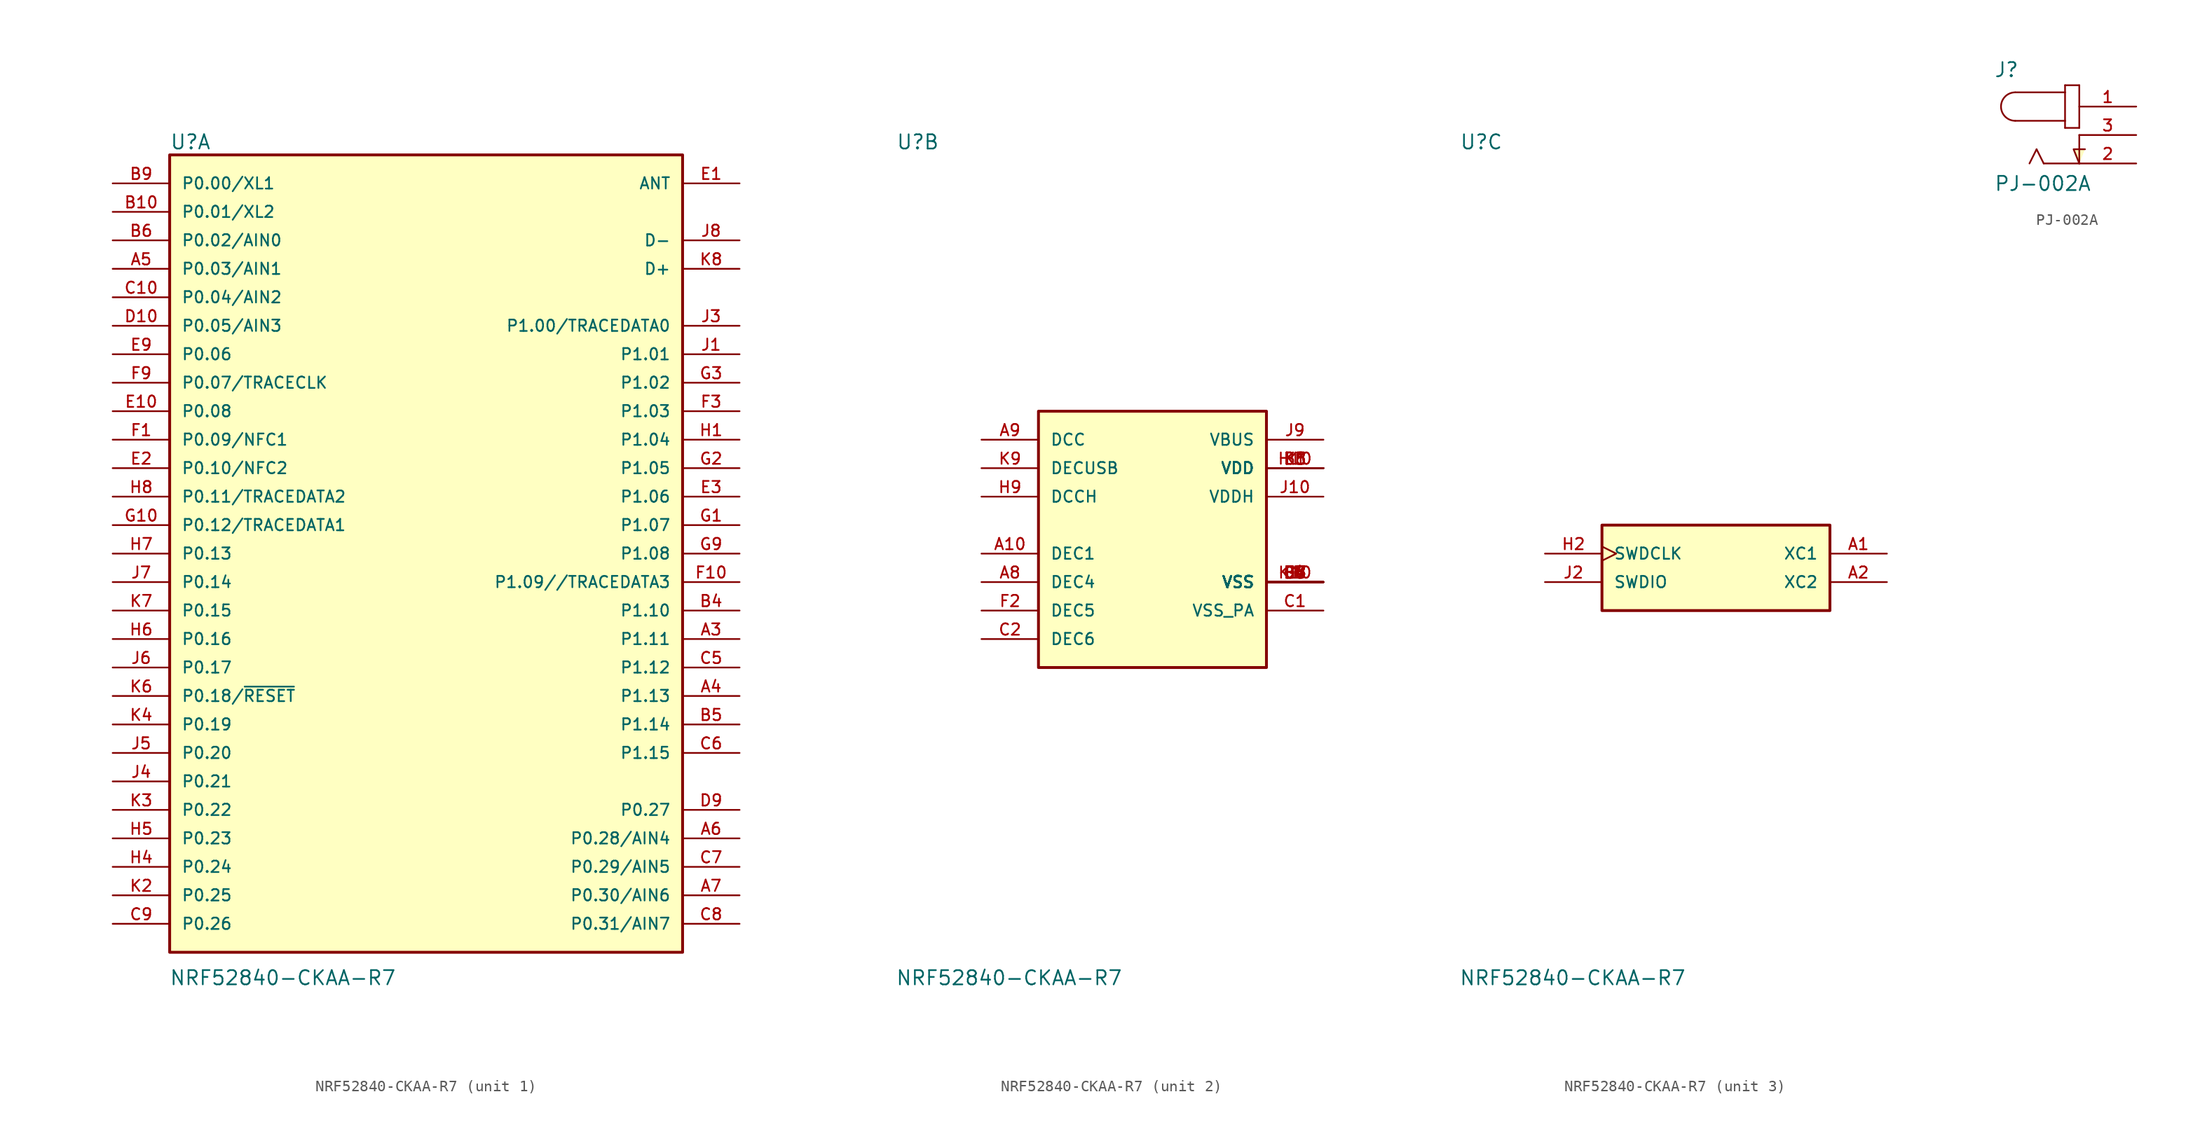
<source format=kicad_sym>
(kicad_symbol_lib
  (version 20211014)
  (generator kicad_symbol_editor)
  (symbol "NRF52840-CKAA-R7"
    (pin_names
      (offset 1.016))
    (property "Reference" "U"
      (at -22.86 35.966 0)
      (effects (font (size 1.27 1.27)) (justify left bottom)))
    (property "Value" "NRF52840-CKAA-R7"
      (at -22.911 -38.583 0)
      (effects (font (size 1.27 1.27)) (justify left bottom)))
    (property "ki_locked" ""
      (at 0 0 0)
      (effects (font (size 1.27 1.27))))
    (symbol "NRF52840-CKAA-R7_1_0"
      (rectangle (start -22.86 -35.56) (end 22.86 35.56) (stroke (width 0.254) (type default) (color 0 0 0 0)) (fill (type background)))
      (pin bidirectional line (at 27.94 -7.62 180) (length 5.08) (name "P1.11" (effects (font (size 1.016 1.016)))) (number "A3" (effects (font (size 1.016 1.016)))))
      (pin bidirectional line (at 27.94 -12.7 180) (length 5.08) (name "P1.13" (effects (font (size 1.016 1.016)))) (number "A4" (effects (font (size 1.016 1.016)))))
      (pin bidirectional line (at -27.94 25.4 0) (length 5.08) (name "P0.03/AIN1" (effects (font (size 1.016 1.016)))) (number "A5" (effects (font (size 1.016 1.016)))))
      (pin bidirectional line (at 27.94 -25.4 180) (length 5.08) (name "P0.28/AIN4" (effects (font (size 1.016 1.016)))) (number "A6" (effects (font (size 1.016 1.016)))))
      (pin bidirectional line (at 27.94 -30.48 180) (length 5.08) (name "P0.30/AIN6" (effects (font (size 1.016 1.016)))) (number "A7" (effects (font (size 1.016 1.016)))))
      (pin bidirectional line (at -27.94 30.48 0) (length 5.08) (name "P0.01/XL2" (effects (font (size 1.016 1.016)))) (number "B10" (effects (font (size 1.016 1.016)))))
      (pin bidirectional line (at 27.94 -5.08 180) (length 5.08) (name "P1.10" (effects (font (size 1.016 1.016)))) (number "B4" (effects (font (size 1.016 1.016)))))
      (pin bidirectional line (at 27.94 -15.24 180) (length 5.08) (name "P1.14" (effects (font (size 1.016 1.016)))) (number "B5" (effects (font (size 1.016 1.016)))))
      (pin bidirectional line (at -27.94 27.94 0) (length 5.08) (name "P0.02/AIN0" (effects (font (size 1.016 1.016)))) (number "B6" (effects (font (size 1.016 1.016)))))
      (pin bidirectional line (at -27.94 33.02 0) (length 5.08) (name "P0.00/XL1" (effects (font (size 1.016 1.016)))) (number "B9" (effects (font (size 1.016 1.016)))))
      (pin bidirectional line (at -27.94 22.86 0) (length 5.08) (name "P0.04/AIN2" (effects (font (size 1.016 1.016)))) (number "C10" (effects (font (size 1.016 1.016)))))
      (pin bidirectional line (at 27.94 -10.16 180) (length 5.08) (name "P1.12" (effects (font (size 1.016 1.016)))) (number "C5" (effects (font (size 1.016 1.016)))))
      (pin bidirectional line (at 27.94 -17.78 180) (length 5.08) (name "P1.15" (effects (font (size 1.016 1.016)))) (number "C6" (effects (font (size 1.016 1.016)))))
      (pin bidirectional line (at 27.94 -27.94 180) (length 5.08) (name "P0.29/AIN5" (effects (font (size 1.016 1.016)))) (number "C7" (effects (font (size 1.016 1.016)))))
      (pin bidirectional line (at 27.94 -33.02 180) (length 5.08) (name "P0.31/AIN7" (effects (font (size 1.016 1.016)))) (number "C8" (effects (font (size 1.016 1.016)))))
      (pin bidirectional line (at -27.94 -33.02 0) (length 5.08) (name "P0.26" (effects (font (size 1.016 1.016)))) (number "C9" (effects (font (size 1.016 1.016)))))
      (pin bidirectional line (at -27.94 20.32 0) (length 5.08) (name "P0.05/AIN3" (effects (font (size 1.016 1.016)))) (number "D10" (effects (font (size 1.016 1.016)))))
      (pin bidirectional line (at 27.94 -22.86 180) (length 5.08) (name "P0.27" (effects (font (size 1.016 1.016)))) (number "D9" (effects (font (size 1.016 1.016)))))
      (pin bidirectional line (at 27.94 33.02 180) (length 5.08) (name "ANT" (effects (font (size 1.016 1.016)))) (number "E1" (effects (font (size 1.016 1.016)))))
      (pin bidirectional line (at -27.94 12.7 0) (length 5.08) (name "P0.08" (effects (font (size 1.016 1.016)))) (number "E10" (effects (font (size 1.016 1.016)))))
      (pin bidirectional line (at -27.94 7.62 0) (length 5.08) (name "P0.10/NFC2" (effects (font (size 1.016 1.016)))) (number "E2" (effects (font (size 1.016 1.016)))))
      (pin bidirectional line (at 27.94 5.08 180) (length 5.08) (name "P1.06" (effects (font (size 1.016 1.016)))) (number "E3" (effects (font (size 1.016 1.016)))))
      (pin bidirectional line (at -27.94 17.78 0) (length 5.08) (name "P0.06" (effects (font (size 1.016 1.016)))) (number "E9" (effects (font (size 1.016 1.016)))))
      (pin bidirectional line (at -27.94 10.16 0) (length 5.08) (name "P0.09/NFC1" (effects (font (size 1.016 1.016)))) (number "F1" (effects (font (size 1.016 1.016)))))
      (pin bidirectional line (at 27.94 -2.54 180) (length 5.08) (name "P1.09//TRACEDATA3" (effects (font (size 1.016 1.016)))) (number "F10" (effects (font (size 1.016 1.016)))))
      (pin bidirectional line (at 27.94 12.7 180) (length 5.08) (name "P1.03" (effects (font (size 1.016 1.016)))) (number "F3" (effects (font (size 1.016 1.016)))))
      (pin bidirectional line (at -27.94 15.24 0) (length 5.08) (name "P0.07/TRACECLK" (effects (font (size 1.016 1.016)))) (number "F9" (effects (font (size 1.016 1.016)))))
      (pin bidirectional line (at 27.94 2.54 180) (length 5.08) (name "P1.07" (effects (font (size 1.016 1.016)))) (number "G1" (effects (font (size 1.016 1.016)))))
      (pin bidirectional line (at -27.94 2.54 0) (length 5.08) (name "P0.12/TRACEDATA1" (effects (font (size 1.016 1.016)))) (number "G10" (effects (font (size 1.016 1.016)))))
      (pin bidirectional line (at 27.94 7.62 180) (length 5.08) (name "P1.05" (effects (font (size 1.016 1.016)))) (number "G2" (effects (font (size 1.016 1.016)))))
      (pin bidirectional line (at 27.94 15.24 180) (length 5.08) (name "P1.02" (effects (font (size 1.016 1.016)))) (number "G3" (effects (font (size 1.016 1.016)))))
      (pin bidirectional line (at 27.94 0 180) (length 5.08) (name "P1.08" (effects (font (size 1.016 1.016)))) (number "G9" (effects (font (size 1.016 1.016)))))
      (pin bidirectional line (at 27.94 10.16 180) (length 5.08) (name "P1.04" (effects (font (size 1.016 1.016)))) (number "H1" (effects (font (size 1.016 1.016)))))
      (pin bidirectional line (at -27.94 -27.94 0) (length 5.08) (name "P0.24" (effects (font (size 1.016 1.016)))) (number "H4" (effects (font (size 1.016 1.016)))))
      (pin bidirectional line (at -27.94 -25.4 0) (length 5.08) (name "P0.23" (effects (font (size 1.016 1.016)))) (number "H5" (effects (font (size 1.016 1.016)))))
      (pin bidirectional line (at -27.94 -7.62 0) (length 5.08) (name "P0.16" (effects (font (size 1.016 1.016)))) (number "H6" (effects (font (size 1.016 1.016)))))
      (pin bidirectional line (at -27.94 0 0) (length 5.08) (name "P0.13" (effects (font (size 1.016 1.016)))) (number "H7" (effects (font (size 1.016 1.016)))))
      (pin bidirectional line (at -27.94 5.08 0) (length 5.08) (name "P0.11/TRACEDATA2" (effects (font (size 1.016 1.016)))) (number "H8" (effects (font (size 1.016 1.016)))))
      (pin bidirectional line (at 27.94 17.78 180) (length 5.08) (name "P1.01" (effects (font (size 1.016 1.016)))) (number "J1" (effects (font (size 1.016 1.016)))))
      (pin bidirectional line (at 27.94 20.32 180) (length 5.08) (name "P1.00/TRACEDATA0" (effects (font (size 1.016 1.016)))) (number "J3" (effects (font (size 1.016 1.016)))))
      (pin bidirectional line (at -27.94 -20.32 0) (length 5.08) (name "P0.21" (effects (font (size 1.016 1.016)))) (number "J4" (effects (font (size 1.016 1.016)))))
      (pin bidirectional line (at -27.94 -17.78 0) (length 5.08) (name "P0.20" (effects (font (size 1.016 1.016)))) (number "J5" (effects (font (size 1.016 1.016)))))
      (pin bidirectional line (at -27.94 -10.16 0) (length 5.08) (name "P0.17" (effects (font (size 1.016 1.016)))) (number "J6" (effects (font (size 1.016 1.016)))))
      (pin bidirectional line (at -27.94 -2.54 0) (length 5.08) (name "P0.14" (effects (font (size 1.016 1.016)))) (number "J7" (effects (font (size 1.016 1.016)))))
      (pin bidirectional line (at 27.94 27.94 180) (length 5.08) (name "D-" (effects (font (size 1.016 1.016)))) (number "J8" (effects (font (size 1.016 1.016)))))
      (pin bidirectional line (at -27.94 -30.48 0) (length 5.08) (name "P0.25" (effects (font (size 1.016 1.016)))) (number "K2" (effects (font (size 1.016 1.016)))))
      (pin bidirectional line (at -27.94 -22.86 0) (length 5.08) (name "P0.22" (effects (font (size 1.016 1.016)))) (number "K3" (effects (font (size 1.016 1.016)))))
      (pin bidirectional line (at -27.94 -15.24 0) (length 5.08) (name "P0.19" (effects (font (size 1.016 1.016)))) (number "K4" (effects (font (size 1.016 1.016)))))
      (pin bidirectional line (at -27.94 -12.7 0) (length 5.08) (name "P0.18/~{RESET}" (effects (font (size 1.016 1.016)))) (number "K6" (effects (font (size 1.016 1.016)))))
      (pin bidirectional line (at -27.94 -5.08 0) (length 5.08) (name "P0.15" (effects (font (size 1.016 1.016)))) (number "K7" (effects (font (size 1.016 1.016)))))
      (pin bidirectional line (at 27.94 25.4 180) (length 5.08) (name "D+" (effects (font (size 1.016 1.016)))) (number "K8" (effects (font (size 1.016 1.016))))))
    (symbol "NRF52840-CKAA-R7_2_0"
      (rectangle (start -10.16 -10.16) (end 10.16 12.7) (stroke (width 0.254) (type default) (color 0 0 0 0)) (fill (type background)))
      (pin power_in line (at -15.24 0 0) (length 5.08) (name "DEC1" (effects (font (size 1.016 1.016)))) (number "A10" (effects (font (size 1.016 1.016)))))
      (pin power_in line (at -15.24 -2.54 0) (length 5.08) (name "DEC4" (effects (font (size 1.016 1.016)))) (number "A8" (effects (font (size 1.016 1.016)))))
      (pin power_in line (at -15.24 10.16 0) (length 5.08) (name "DCC" (effects (font (size 1.016 1.016)))) (number "A9" (effects (font (size 1.016 1.016)))))
      (pin power_in line (at 15.24 7.62 180) (length 5.08) (name "VDD" (effects (font (size 1.016 1.016)))) (number "B3" (effects (font (size 1.016 1.016)))))
      (pin power_in line (at 15.24 -2.54 180) (length 5.08) (name "VSS" (effects (font (size 1.016 1.016)))) (number "B7" (effects (font (size 1.016 1.016)))))
      (pin power_in line (at 15.24 7.62 180) (length 5.08) (name "VDD" (effects (font (size 1.016 1.016)))) (number "B8" (effects (font (size 1.016 1.016)))))
      (pin power_in line (at 15.24 -5.08 180) (length 5.08) (name "VSS_PA" (effects (font (size 1.016 1.016)))) (number "C1" (effects (font (size 1.016 1.016)))))
      (pin power_in line (at -15.24 -7.62 0) (length 5.08) (name "DEC6" (effects (font (size 1.016 1.016)))) (number "C2" (effects (font (size 1.016 1.016)))))
      (pin power_in line (at 15.24 -2.54 180) (length 5.08) (name "VSS" (effects (font (size 1.016 1.016)))) (number "C4" (effects (font (size 1.016 1.016)))))
      (pin power_in line (at 15.24 -2.54 180) (length 5.08) (name "VSS" (effects (font (size 1.016 1.016)))) (number "D3" (effects (font (size 1.016 1.016)))))
      (pin power_in line (at 15.24 -2.54 180) (length 5.08) (name "VSS" (effects (font (size 1.016 1.016)))) (number "D4" (effects (font (size 1.016 1.016)))))
      (pin power_in line (at 15.24 -2.54 180) (length 5.08) (name "VSS" (effects (font (size 1.016 1.016)))) (number "D5" (effects (font (size 1.016 1.016)))))
      (pin power_in line (at 15.24 -2.54 180) (length 5.08) (name "VSS" (effects (font (size 1.016 1.016)))) (number "D6" (effects (font (size 1.016 1.016)))))
      (pin power_in line (at 15.24 -2.54 180) (length 5.08) (name "VSS" (effects (font (size 1.016 1.016)))) (number "D7" (effects (font (size 1.016 1.016)))))
      (pin power_in line (at 15.24 -2.54 180) (length 5.08) (name "VSS" (effects (font (size 1.016 1.016)))) (number "D8" (effects (font (size 1.016 1.016)))))
      (pin power_in line (at 15.24 -2.54 180) (length 5.08) (name "VSS" (effects (font (size 1.016 1.016)))) (number "E4" (effects (font (size 1.016 1.016)))))
      (pin power_in line (at 15.24 -2.54 180) (length 5.08) (name "VSS" (effects (font (size 1.016 1.016)))) (number "E5" (effects (font (size 1.016 1.016)))))
      (pin power_in line (at 15.24 -2.54 180) (length 5.08) (name "VSS" (effects (font (size 1.016 1.016)))) (number "E6" (effects (font (size 1.016 1.016)))))
      (pin power_in line (at 15.24 -2.54 180) (length 5.08) (name "VSS" (effects (font (size 1.016 1.016)))) (number "E7" (effects (font (size 1.016 1.016)))))
      (pin power_in line (at 15.24 -2.54 180) (length 5.08) (name "VSS" (effects (font (size 1.016 1.016)))) (number "E8" (effects (font (size 1.016 1.016)))))
      (pin power_in line (at -15.24 -5.08 0) (length 5.08) (name "DEC5" (effects (font (size 1.016 1.016)))) (number "F2" (effects (font (size 1.016 1.016)))))
      (pin power_in line (at 15.24 -2.54 180) (length 5.08) (name "VSS" (effects (font (size 1.016 1.016)))) (number "F4" (effects (font (size 1.016 1.016)))))
      (pin power_in line (at 15.24 -2.54 180) (length 5.08) (name "VSS" (effects (font (size 1.016 1.016)))) (number "F5" (effects (font (size 1.016 1.016)))))
      (pin power_in line (at 15.24 -2.54 180) (length 5.08) (name "VSS" (effects (font (size 1.016 1.016)))) (number "F6" (effects (font (size 1.016 1.016)))))
      (pin power_in line (at 15.24 -2.54 180) (length 5.08) (name "VSS" (effects (font (size 1.016 1.016)))) (number "F7" (effects (font (size 1.016 1.016)))))
      (pin power_in line (at 15.24 -2.54 180) (length 5.08) (name "VSS" (effects (font (size 1.016 1.016)))) (number "F8" (effects (font (size 1.016 1.016)))))
      (pin power_in line (at 15.24 -2.54 180) (length 5.08) (name "VSS" (effects (font (size 1.016 1.016)))) (number "G4" (effects (font (size 1.016 1.016)))))
      (pin power_in line (at 15.24 -2.54 180) (length 5.08) (name "VSS" (effects (font (size 1.016 1.016)))) (number "G5" (effects (font (size 1.016 1.016)))))
      (pin power_in line (at 15.24 -2.54 180) (length 5.08) (name "VSS" (effects (font (size 1.016 1.016)))) (number "G6" (effects (font (size 1.016 1.016)))))
      (pin power_in line (at 15.24 -2.54 180) (length 5.08) (name "VSS" (effects (font (size 1.016 1.016)))) (number "G7" (effects (font (size 1.016 1.016)))))
      (pin power_in line (at 15.24 -2.54 180) (length 5.08) (name "VSS" (effects (font (size 1.016 1.016)))) (number "G8" (effects (font (size 1.016 1.016)))))
      (pin power_in line (at 15.24 7.62 180) (length 5.08) (name "VDD" (effects (font (size 1.016 1.016)))) (number "H10" (effects (font (size 1.016 1.016)))))
      (pin power_in line (at -15.24 5.08 0) (length 5.08) (name "DCCH" (effects (font (size 1.016 1.016)))) (number "H9" (effects (font (size 1.016 1.016)))))
      (pin power_in line (at 15.24 5.08 180) (length 5.08) (name "VDDH" (effects (font (size 1.016 1.016)))) (number "J10" (effects (font (size 1.016 1.016)))))
      (pin power_in line (at 15.24 10.16 180) (length 5.08) (name "VBUS" (effects (font (size 1.016 1.016)))) (number "J9" (effects (font (size 1.016 1.016)))))
      (pin power_in line (at 15.24 7.62 180) (length 5.08) (name "VDD" (effects (font (size 1.016 1.016)))) (number "K1" (effects (font (size 1.016 1.016)))))
      (pin power_in line (at 15.24 -2.54 180) (length 5.08) (name "VSS" (effects (font (size 1.016 1.016)))) (number "K10" (effects (font (size 1.016 1.016)))))
      (pin power_in line (at 15.24 7.62 180) (length 5.08) (name "VDD" (effects (font (size 1.016 1.016)))) (number "K5" (effects (font (size 1.016 1.016)))))
      (pin power_in line (at -15.24 7.62 0) (length 5.08) (name "DECUSB" (effects (font (size 1.016 1.016)))) (number "K9" (effects (font (size 1.016 1.016))))))
    (symbol "NRF52840-CKAA-R7_3_0"
      (rectangle (start -10.16 -5.08) (end 10.16 2.54) (stroke (width 0.254) (type default) (color 0 0 0 0)) (fill (type background)))
      (pin input line (at 15.24 0 180) (length 5.08) (name "XC1" (effects (font (size 1.016 1.016)))) (number "A1" (effects (font (size 1.016 1.016)))))
      (pin input line (at 15.24 -2.54 180) (length 5.08) (name "XC2" (effects (font (size 1.016 1.016)))) (number "A2" (effects (font (size 1.016 1.016)))))
      (pin input clock (at -15.24 0 0) (length 5.08) (name "SWDCLK" (effects (font (size 1.016 1.016)))) (number "H2" (effects (font (size 1.016 1.016)))))
      (pin bidirectional line (at -15.24 -2.54 0) (length 5.08) (name "SWDIO" (effects (font (size 1.016 1.016)))) (number "J2" (effects (font (size 1.016 1.016)))))))
  (symbol "PJ-002A"
    (pin_names
      (offset 1.016) hide)
    (property "Reference" "J"
      (at -7.62 5.08 0)
      (effects (font (size 1.27 1.27)) (justify left bottom)))
    (property "Value" "PJ-002A"
      (at -7.62 -5.08 0)
      (effects (font (size 1.27 1.27)) (justify left bottom)))
    (property "ki_locked" ""
      (at 0 0 0)
      (effects (font (size 1.27 1.27))))
    (symbol "PJ-002A_0_0"
      (arc (start -5.715 3.81) (mid -6.985 2.54) (end -5.715 1.27) (stroke (width 0.1524) (type default) (color 0 0 0 0)) (fill (type none)))
      (polyline (pts (xy -5.715 3.81) (xy -1.27 3.81)) (stroke (width 0.152) (type default) (color 0 0 0 0)) (fill (type none)))
      (polyline (pts (xy -3.81 -1.27) (xy -4.445 -2.54)) (stroke (width 0.152) (type default) (color 0 0 0 0)) (fill (type none)))
      (polyline (pts (xy -3.175 -2.54) (xy -3.81 -1.27)) (stroke (width 0.152) (type default) (color 0 0 0 0)) (fill (type none)))
      (polyline (pts (xy -1.27 0.635) (xy 0 0.635)) (stroke (width 0.152) (type default) (color 0 0 0 0)) (fill (type none)))
      (polyline (pts (xy -1.27 1.27) (xy -5.715 1.27)) (stroke (width 0.152) (type default) (color 0 0 0 0)) (fill (type none)))
      (polyline (pts (xy -1.27 1.27) (xy -1.27 0.635)) (stroke (width 0.152) (type default) (color 0 0 0 0)) (fill (type none)))
      (polyline (pts (xy -1.27 3.81) (xy -1.27 1.27)) (stroke (width 0.152) (type default) (color 0 0 0 0)) (fill (type none)))
      (polyline (pts (xy -1.27 4.445) (xy -1.27 3.81)) (stroke (width 0.152) (type default) (color 0 0 0 0)) (fill (type none)))
      (polyline (pts (xy 0 -2.54) (xy -3.175 -2.54)) (stroke (width 0.152) (type default) (color 0 0 0 0)) (fill (type none)))
      (polyline (pts (xy 0 0) (xy 0 -2.54)) (stroke (width 0.152) (type default) (color 0 0 0 0)) (fill (type none)))
      (polyline (pts (xy 0 0.635) (xy 0 4.445)) (stroke (width 0.152) (type default) (color 0 0 0 0)) (fill (type none)))
      (polyline (pts (xy 0 4.445) (xy -1.27 4.445)) (stroke (width 0.152) (type default) (color 0 0 0 0)) (fill (type none)))
      (polyline (pts (xy 0 -2.54) (xy -0.508 -1.27) (xy 0.508 -1.27)) (stroke (width 0.152) (type default) (color 0 0 0 0)) (fill (type background)))
      (pin passive line (at 5.08 2.54 180) (length 5.08) (name "~" (effects (font (size 1.016 1.016)))) (number "1" (effects (font (size 1.016 1.016)))))
      (pin passive line (at 5.08 -2.54 180) (length 5.08) (name "~" (effects (font (size 1.016 1.016)))) (number "2" (effects (font (size 1.016 1.016)))))
      (pin passive line (at 5.08 0 180) (length 5.08) (name "~" (effects (font (size 1.016 1.016)))) (number "3" (effects (font (size 1.016 1.016))))))))
</source>
